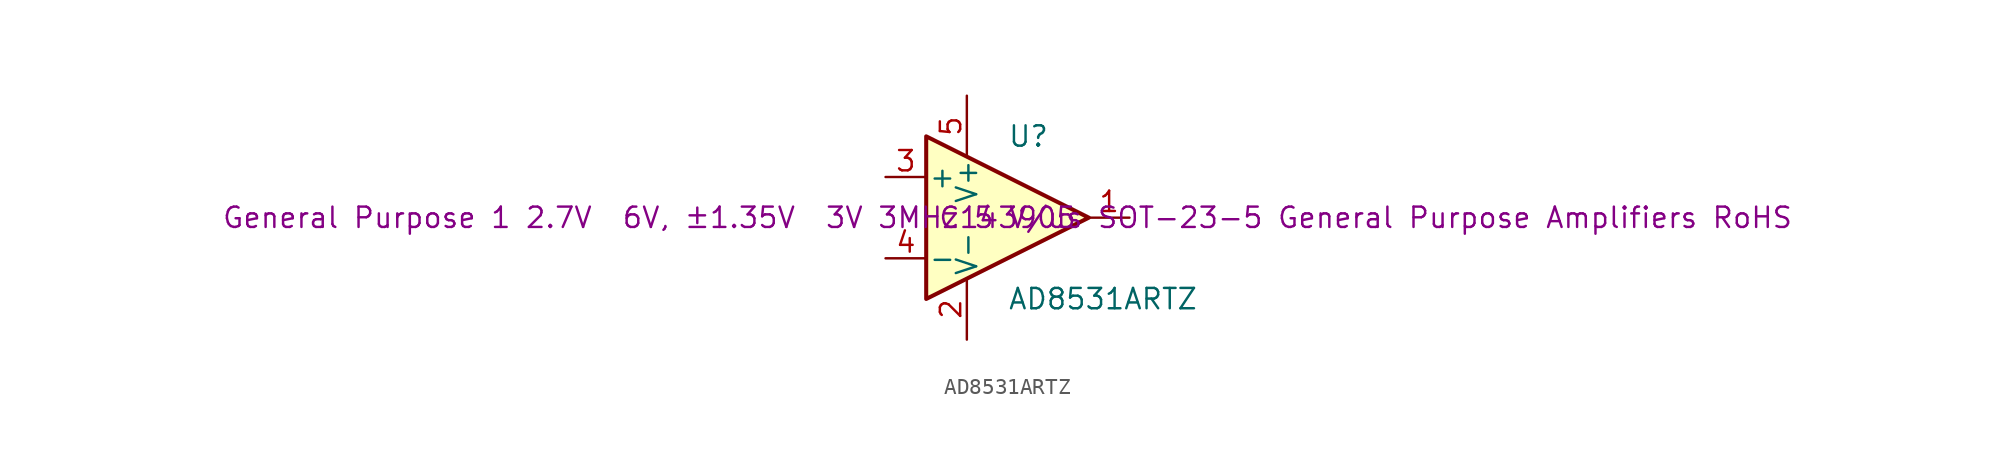
<source format=kicad_sym>
(kicad_symbol_lib
  (version 20211014)
  (generator kicad_symbol_editor)
  (symbol "AD8531ARTZ"
    (pin_names
      (offset 0.127))
    (property "Reference" "U"
      (at 0 5.08 0)
      (effects (font (size 1.27 1.27)) (justify left)))
    (property "Value" "AD8531ARTZ"
      (at 0 -5.08 0)
      (effects (font (size 1.27 1.27)) (justify left)))
    (property "LCSC" "C143905"
      (at 0 0 0)
      (effects (font (size 1.27 1.27))))
    (property "Descr" "General Purpose 1 2.7V ~{} 6V, ±1.35V ~{} 3V 3MHz 5 V/us SOT-23-5 General Purpose Amplifiers RoHS"
      (at 0 0 0)
      (effects (font (size 1.27 1.27))))
    (symbol "AD8531ARTZ_0_1"
      (polyline (pts (xy -5.08 5.08) (xy 5.08 0) (xy -5.08 -5.08) (xy -5.08 5.08)) (stroke (width 0.254) (type default) (color 0 0 0 0)) (fill (type background)))
      (pin power_in line (at -2.54 -7.62 90) (length 3.81) (name "V-" (effects (font (size 1.27 1.27)))) (number "2" (effects (font (size 1.27 1.27)))))
      (pin power_in line (at -2.54 7.62 270) (length 3.81) (name "V+" (effects (font (size 1.27 1.27)))) (number "5" (effects (font (size 1.27 1.27))))))
    (symbol "AD8531ARTZ_1_1"
      (pin output line (at 7.62 0 180) (length 2.54) (name "~" (effects (font (size 1.27 1.27)))) (number "1" (effects (font (size 1.27 1.27)))))
      (pin input line (at -7.62 2.54 0) (length 2.54) (name "+" (effects (font (size 1.27 1.27)))) (number "3" (effects (font (size 1.27 1.27)))))
      (pin input line (at -7.62 -2.54 0) (length 2.54) (name "-" (effects (font (size 1.27 1.27)))) (number "4" (effects (font (size 1.27 1.27))))))))
</source>
